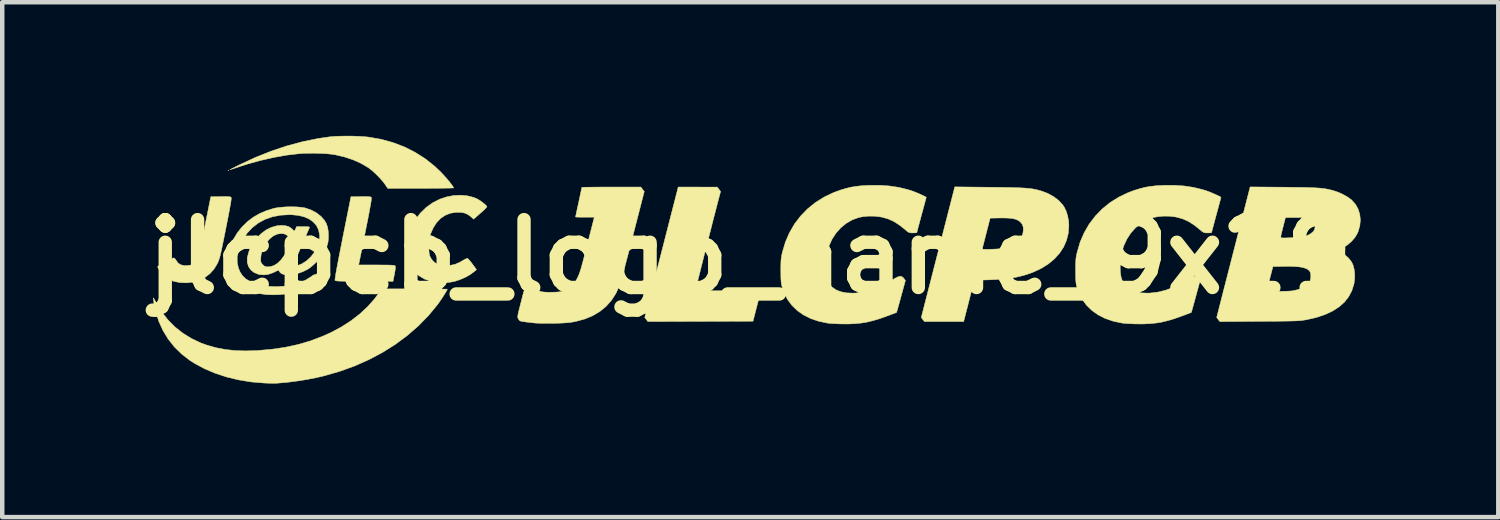
<source format=kicad_pcb>
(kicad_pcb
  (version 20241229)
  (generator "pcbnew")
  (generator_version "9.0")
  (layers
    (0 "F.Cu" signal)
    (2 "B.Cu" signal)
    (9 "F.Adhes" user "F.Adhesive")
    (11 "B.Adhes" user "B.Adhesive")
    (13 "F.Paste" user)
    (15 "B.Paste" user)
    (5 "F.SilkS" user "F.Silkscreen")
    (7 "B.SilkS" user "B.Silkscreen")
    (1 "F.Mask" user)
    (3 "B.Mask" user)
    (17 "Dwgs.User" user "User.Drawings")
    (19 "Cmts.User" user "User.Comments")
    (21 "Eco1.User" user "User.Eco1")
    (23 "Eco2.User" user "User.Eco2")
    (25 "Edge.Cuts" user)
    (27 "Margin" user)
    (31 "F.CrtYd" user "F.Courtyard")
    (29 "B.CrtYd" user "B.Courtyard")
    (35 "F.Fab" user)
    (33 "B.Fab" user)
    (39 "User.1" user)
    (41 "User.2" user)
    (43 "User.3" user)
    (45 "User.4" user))
  (footprint "jlcpcb_logo_name_9x29"
    (layer "F.Cu")
    (at 13.796 2.716)
    (property "Reference" "jlcpcb_logo_name_9x29" (at 0 0 0) (layer "F.SilkS") (effects (font (size 1.524 1.524) (thickness 0.3))))
    (attr through_hole)
    (fp_poly (pts (xy -11.712 -1.94) (xy -11.719 -1.933) (xy -11.726 -1.94) (xy -11.719 -1.947) (xy -11.712 -1.94)) (stroke (width 0.01) (type solid)) (fill yes) (layer "F.SilkS"))
    (fp_poly (pts (xy -1.179 -1.566) (xy -0.741 -1.565) (xy -0.703 -1.516) (xy -0.666 -1.466) (xy -0.699 -1.343) (xy -0.715 -1.283) (xy -0.736 -1.202) (xy -0.761 -1.105) (xy -0.79 -0.992) (xy -0.823 -0.867) (xy -0.857 -0.732) (xy -0.893 -0.59) (xy -0.931 -0.444) (xy -0.969 -0.296) (xy -1.006 -0.148) (xy -1.043 -0.003) (xy -1.078 0.136) (xy -1.111 0.267) (xy -1.141 0.387) (xy -1.168 0.494) (xy -1.191 0.584) (xy -1.208 0.657) (xy -1.221 0.708) (xy -1.227 0.735) (xy -1.228 0.739) (xy -1.226 0.744) (xy -1.218 0.749) (xy -1.203 0.752) (xy -1.177 0.755) (xy -1.14 0.758) (xy -1.087 0.759) (xy -1.018 0.76) (xy -0.929 0.761) (xy -0.819 0.762) (xy -0.685 0.762) (xy -0.539 0.762) (xy 0.15 0.762) (xy 0.183 0.806) (xy 0.215 0.85) (xy 0.062 1.446) (xy -2.299 1.454) (xy -2.334 1.408) (xy -2.369 1.362) (xy -1.993 -0.102) (xy -1.618 -1.566) (xy -1.179 -1.566)) (stroke (width 0.01) (type solid)) (fill yes) (layer "F.SilkS"))
    (fp_poly (pts (xy -8.597 -1.352) (xy -8.555 -1.35) (xy -8.528 -1.345) (xy -8.513 -1.338) (xy -8.51 -1.335) (xy -8.507 -1.325) (xy -8.507 -1.305) (xy -8.51 -1.272) (xy -8.517 -1.224) (xy -8.528 -1.16) (xy -8.543 -1.077) (xy -8.562 -0.974) (xy -8.586 -0.848) (xy -8.616 -0.698) (xy -8.636 -0.597) (xy -8.664 -0.458) (xy -8.69 -0.326) (xy -8.714 -0.205) (xy -8.736 -0.097) (xy -8.755 -0.005) (xy -8.77 0.068) (xy -8.78 0.12) (xy -8.786 0.148) (xy -8.787 0.152) (xy -8.794 0.183) (xy -8.392 0.183) (xy -8.271 0.184) (xy -8.176 0.184) (xy -8.103 0.186) (xy -8.049 0.188) (xy -8.012 0.191) (xy -7.989 0.196) (xy -7.976 0.201) (xy -7.974 0.203) (xy -7.968 0.219) (xy -7.967 0.247) (xy -7.972 0.293) (xy -7.984 0.36) (xy -7.989 0.387) (xy -8.021 0.55) (xy -8.666 0.55) (xy -8.82 0.55) (xy -8.947 0.55) (xy -9.051 0.549) (xy -9.134 0.548) (xy -9.198 0.547) (xy -9.246 0.545) (xy -9.28 0.542) (xy -9.303 0.539) (xy -9.316 0.535) (xy -9.323 0.53) (xy -9.324 0.528) (xy -9.324 0.509) (xy -9.318 0.462) (xy -9.307 0.389) (xy -9.289 0.288) (xy -9.265 0.16) (xy -9.236 0.006) (xy -9.2 -0.175) (xy -9.159 -0.382) (xy -9.152 -0.421) (xy -8.966 -1.348) (xy -8.747 -1.351) (xy -8.66 -1.353) (xy -8.597 -1.352)) (stroke (width 0.01) (type solid)) (fill yes) (layer "F.SilkS"))
    (fp_poly (pts (xy -8.929 -2.71) (xy -8.795 -2.705) (xy -8.672 -2.698) (xy -8.572 -2.688) (xy -8.29 -2.639) (xy -8.021 -2.565) (xy -7.764 -2.467) (xy -7.523 -2.345) (xy -7.296 -2.201) (xy -7.086 -2.033) (xy -6.942 -1.896) (xy -6.885 -1.835) (xy -6.828 -1.771) (xy -6.774 -1.708) (xy -6.728 -1.65) (xy -6.691 -1.601) (xy -6.668 -1.565) (xy -6.66 -1.547) (xy -6.674 -1.545) (xy -6.713 -1.544) (xy -6.776 -1.542) (xy -6.858 -1.541) (xy -6.959 -1.54) (xy -7.075 -1.539) (xy -7.203 -1.538) (xy -7.341 -1.538) (xy -7.401 -1.538) (xy -8.141 -1.538) (xy -8.2 -1.626) (xy -8.255 -1.698) (xy -8.325 -1.777) (xy -8.404 -1.857) (xy -8.485 -1.931) (xy -8.559 -1.99) (xy -8.578 -2.003) (xy -8.739 -2.098) (xy -8.921 -2.179) (xy -9.118 -2.244) (xy -9.324 -2.292) (xy -9.335 -2.294) (xy -9.426 -2.306) (xy -9.539 -2.316) (xy -9.665 -2.322) (xy -9.797 -2.326) (xy -9.928 -2.325) (xy -10.051 -2.321) (xy -10.132 -2.315) (xy -10.405 -2.283) (xy -10.692 -2.232) (xy -10.985 -2.166) (xy -11.276 -2.086) (xy -11.444 -2.033) (xy -11.519 -2.007) (xy -11.586 -1.985) (xy -11.639 -1.968) (xy -11.674 -1.957) (xy -11.684 -1.953) (xy -11.679 -1.957) (xy -11.652 -1.972) (xy -11.606 -1.996) (xy -11.546 -2.027) (xy -11.474 -2.063) (xy -11.465 -2.067) (xy -11.114 -2.23) (xy -10.758 -2.372) (xy -10.402 -2.491) (xy -10.048 -2.586) (xy -9.699 -2.657) (xy -9.426 -2.696) (xy -9.324 -2.704) (xy -9.202 -2.709) (xy -9.067 -2.711) (xy -8.929 -2.71)) (stroke (width 0.01) (type solid)) (fill yes) (layer "F.SilkS"))
    (fp_poly (pts (xy -11.744 -1.352) (xy -11.701 -1.35) (xy -11.674 -1.345) (xy -11.66 -1.338) (xy -11.657 -1.335) (xy -11.654 -1.325) (xy -11.654 -1.304) (xy -11.657 -1.27) (xy -11.664 -1.22) (xy -11.676 -1.154) (xy -11.691 -1.069) (xy -11.711 -0.962) (xy -11.736 -0.832) (xy -11.767 -0.677) (xy -11.774 -0.641) (xy -11.805 -0.485) (xy -11.832 -0.354) (xy -11.854 -0.245) (xy -11.873 -0.156) (xy -11.889 -0.084) (xy -11.903 -0.025) (xy -11.916 0.022) (xy -11.928 0.06) (xy -11.94 0.093) (xy -11.952 0.122) (xy -11.965 0.152) (xy -11.965 0.152) (xy -12.04 0.275) (xy -12.134 0.38) (xy -12.245 0.464) (xy -12.371 0.527) (xy -12.51 0.568) (xy -12.659 0.585) (xy -12.813 0.578) (xy -12.945 0.55) (xy -13.061 0.502) (xy -13.159 0.435) (xy -13.198 0.397) (xy -13.227 0.36) (xy -13.257 0.318) (xy -13.282 0.276) (xy -13.299 0.241) (xy -13.305 0.22) (xy -13.304 0.218) (xy -13.283 0.203) (xy -13.244 0.179) (xy -13.193 0.15) (xy -13.135 0.118) (xy -13.076 0.087) (xy -13.022 0.059) (xy -12.977 0.037) (xy -12.948 0.025) (xy -12.941 0.024) (xy -12.92 0.039) (xy -12.897 0.071) (xy -12.89 0.082) (xy -12.846 0.141) (xy -12.789 0.179) (xy -12.714 0.196) (xy -12.676 0.198) (xy -12.62 0.194) (xy -12.568 0.186) (xy -12.54 0.178) (xy -12.488 0.144) (xy -12.44 0.091) (xy -12.402 0.028) (xy -12.389 -0.004) (xy -12.383 -0.03) (xy -12.371 -0.081) (xy -12.356 -0.152) (xy -12.337 -0.243) (xy -12.315 -0.349) (xy -12.29 -0.467) (xy -12.264 -0.595) (xy -12.242 -0.706) (xy -12.113 -1.348) (xy -11.893 -1.351) (xy -11.807 -1.353) (xy -11.744 -1.352)) (stroke (width 0.01) (type solid)) (fill yes) (layer "F.SilkS"))
    (fp_poly (pts (xy 5.362 -1.562) (xy 5.551 -1.56) (xy 5.715 -1.558) (xy 5.855 -1.555) (xy 5.976 -1.552) (xy 6.078 -1.548) (xy 6.166 -1.543) (xy 6.241 -1.537) (xy 6.307 -1.529) (xy 6.365 -1.52) (xy 6.419 -1.509) (xy 6.471 -1.496) (xy 6.524 -1.481) (xy 6.526 -1.481) (xy 6.678 -1.424) (xy 6.812 -1.351) (xy 6.926 -1.264) (xy 7.018 -1.163) (xy 7.052 -1.112) (xy 7.095 -1.021) (xy 7.128 -0.912) (xy 7.149 -0.794) (xy 7.154 -0.697) (xy 7.141 -0.529) (xy 7.101 -0.37) (xy 7.036 -0.22) (xy 6.946 -0.082) (xy 6.832 0.045) (xy 6.695 0.159) (xy 6.536 0.259) (xy 6.355 0.344) (xy 6.279 0.373) (xy 6.145 0.416) (xy 6.005 0.451) (xy 5.855 0.478) (xy 5.69 0.498) (xy 5.505 0.511) (xy 5.34 0.518) (xy 5.029 0.526) (xy 4.911 0.99) (xy 4.792 1.453) (xy 3.91 1.453) (xy 3.875 1.408) (xy 3.84 1.362) (xy 4.216 -0.104) (xy 4.234 -0.173) (xy 5.208 -0.173) (xy 5.22 -0.169) (xy 5.255 -0.167) (xy 5.308 -0.167) (xy 5.372 -0.168) (xy 5.443 -0.171) (xy 5.516 -0.174) (xy 5.584 -0.179) (xy 5.643 -0.184) (xy 5.687 -0.19) (xy 5.696 -0.191) (xy 5.829 -0.228) (xy 5.938 -0.279) (xy 6.022 -0.344) (xy 6.083 -0.423) (xy 6.119 -0.516) (xy 6.13 -0.579) (xy 6.13 -0.662) (xy 6.108 -0.728) (xy 6.065 -0.782) (xy 6.054 -0.792) (xy 6.007 -0.822) (xy 5.951 -0.845) (xy 5.881 -0.86) (xy 5.794 -0.869) (xy 5.686 -0.872) (xy 5.609 -0.872) (xy 5.386 -0.868) (xy 5.297 -0.522) (xy 5.273 -0.428) (xy 5.251 -0.343) (xy 5.233 -0.272) (xy 5.219 -0.217) (xy 5.21 -0.183) (xy 5.208 -0.173) (xy 4.234 -0.173) (xy 4.592 -1.57) (xy 5.362 -1.562)) (stroke (width 0.01) (type solid)) (fill yes) (layer "F.SilkS"))
    (fp_poly (pts (xy -7.399 0.72) (xy -7.266 0.72) (xy -7.145 0.721) (xy -7.038 0.722) (xy -6.948 0.723) (xy -6.877 0.725) (xy -6.828 0.726) (xy -6.804 0.728) (xy -6.802 0.728) (xy -6.809 0.747) (xy -6.83 0.783) (xy -6.86 0.833) (xy -6.896 0.89) (xy -6.936 0.951) (xy -6.976 1.009) (xy -7.013 1.061) (xy -7.023 1.075) (xy -7.228 1.323) (xy -7.456 1.555) (xy -7.705 1.771) (xy -7.973 1.969) (xy -8.261 2.15) (xy -8.566 2.311) (xy -8.887 2.453) (xy -9.223 2.574) (xy -9.572 2.674) (xy -9.753 2.716) (xy -9.959 2.756) (xy -10.176 2.79) (xy -10.391 2.818) (xy -10.595 2.836) (xy -10.647 2.84) (xy -10.687 2.84) (xy -10.748 2.84) (xy -10.822 2.838) (xy -10.902 2.835) (xy -10.922 2.834) (xy -11.208 2.81) (xy -11.486 2.764) (xy -11.755 2.7) (xy -12.011 2.616) (xy -12.251 2.515) (xy -12.472 2.396) (xy -12.583 2.326) (xy -12.766 2.184) (xy -12.929 2.025) (xy -13.069 1.848) (xy -13.187 1.655) (xy -13.281 1.448) (xy -13.35 1.229) (xy -13.383 1.073) (xy -13.393 1.014) (xy -13.4 0.964) (xy -13.405 0.93) (xy -13.406 0.922) (xy -13.4 0.926) (xy -13.384 0.951) (xy -13.36 0.992) (xy -13.334 1.041) (xy -13.218 1.234) (xy -13.079 1.412) (xy -12.92 1.573) (xy -12.742 1.714) (xy -12.546 1.835) (xy -12.336 1.935) (xy -12.19 1.987) (xy -11.99 2.043) (xy -11.784 2.082) (xy -11.568 2.105) (xy -11.338 2.113) (xy -11.088 2.106) (xy -11.075 2.105) (xy -10.749 2.077) (xy -10.442 2.032) (xy -10.151 1.969) (xy -9.872 1.887) (xy -9.602 1.784) (xy -9.419 1.702) (xy -9.182 1.576) (xy -8.962 1.434) (xy -8.762 1.279) (xy -8.583 1.112) (xy -8.428 0.935) (xy -8.324 0.789) (xy -8.278 0.72) (xy -7.54 0.72) (xy -7.399 0.72)) (stroke (width 0.01) (type solid)) (fill yes) (layer "F.SilkS"))
    (fp_poly (pts (xy -6.35 -1.369) (xy -6.209 -1.333) (xy -6.145 -1.307) (xy -6.102 -1.283) (xy -6.052 -1.251) (xy -6.003 -1.214) (xy -5.959 -1.179) (xy -5.927 -1.148) (xy -5.913 -1.126) (xy -5.913 -1.124) (xy -5.923 -1.109) (xy -5.95 -1.079) (xy -5.992 -1.039) (xy -6.044 -0.993) (xy -6.062 -0.977) (xy -6.211 -0.846) (xy -6.275 -0.902) (xy -6.344 -0.952) (xy -6.419 -0.984) (xy -6.506 -0.999) (xy -6.602 -0.999) (xy -6.73 -0.979) (xy -6.846 -0.934) (xy -6.95 -0.865) (xy -7.04 -0.771) (xy -7.116 -0.655) (xy -7.177 -0.517) (xy -7.178 -0.515) (xy -7.195 -0.461) (xy -7.207 -0.415) (xy -7.213 -0.367) (xy -7.216 -0.309) (xy -7.217 -0.233) (xy -7.215 -0.143) (xy -7.209 -0.075) (xy -7.196 -0.022) (xy -7.176 0.023) (xy -7.146 0.067) (xy -7.132 0.084) (xy -7.081 0.132) (xy -7.019 0.166) (xy -6.942 0.186) (xy -6.851 0.195) (xy -6.735 0.192) (xy -6.629 0.169) (xy -6.526 0.125) (xy -6.454 0.083) (xy -6.409 0.057) (xy -6.372 0.04) (xy -6.349 0.035) (xy -6.347 0.035) (xy -6.331 0.05) (xy -6.302 0.082) (xy -6.266 0.126) (xy -6.237 0.165) (xy -6.147 0.287) (xy -6.207 0.339) (xy -6.295 0.403) (xy -6.401 0.462) (xy -6.517 0.512) (xy -6.632 0.55) (xy -6.738 0.571) (xy -6.74 0.571) (xy -6.816 0.579) (xy -6.871 0.584) (xy -6.914 0.586) (xy -6.952 0.585) (xy -6.994 0.581) (xy -7.02 0.579) (xy -7.177 0.549) (xy -7.318 0.498) (xy -7.441 0.424) (xy -7.521 0.355) (xy -7.604 0.255) (xy -7.664 0.142) (xy -7.701 0.014) (xy -7.718 -0.13) (xy -7.719 -0.178) (xy -7.705 -0.356) (xy -7.665 -0.528) (xy -7.601 -0.692) (xy -7.513 -0.845) (xy -7.405 -0.984) (xy -7.278 -1.107) (xy -7.134 -1.211) (xy -6.974 -1.293) (xy -6.968 -1.295) (xy -6.815 -1.346) (xy -6.658 -1.376) (xy -6.501 -1.383) (xy -6.35 -1.369)) (stroke (width 0.01) (type solid)) (fill yes) (layer "F.SilkS"))
    (fp_poly (pts (xy -2.419 -1.516) (xy -2.38 -1.466) (xy -2.638 -0.462) (xy -2.681 -0.295) (xy -2.722 -0.134) (xy -2.762 0.018) (xy -2.8 0.16) (xy -2.834 0.289) (xy -2.865 0.402) (xy -2.891 0.498) (xy -2.913 0.573) (xy -2.928 0.625) (xy -2.936 0.649) (xy -3.017 0.824) (xy -3.118 0.979) (xy -3.238 1.114) (xy -3.378 1.228) (xy -3.537 1.323) (xy -3.716 1.397) (xy -3.915 1.451) (xy -4.04 1.474) (xy -4.099 1.48) (xy -4.179 1.485) (xy -4.276 1.49) (xy -4.382 1.493) (xy -4.492 1.494) (xy -4.6 1.494) (xy -4.699 1.493) (xy -4.783 1.49) (xy -4.84 1.487) (xy -4.947 1.475) (xy -5.037 1.464) (xy -5.107 1.454) (xy -5.155 1.444) (xy -5.176 1.435) (xy -5.196 1.412) (xy -5.213 1.384) (xy -5.219 1.368) (xy -5.221 1.349) (xy -5.219 1.32) (xy -5.212 1.28) (xy -5.199 1.222) (xy -5.179 1.144) (xy -5.165 1.087) (xy -5.136 0.974) (xy -5.114 0.886) (xy -5.096 0.82) (xy -5.082 0.771) (xy -5.071 0.739) (xy -5.06 0.718) (xy -5.05 0.708) (xy -5.038 0.704) (xy -5.023 0.704) (xy -5.004 0.706) (xy -5 0.706) (xy -4.958 0.71) (xy -4.899 0.722) (xy -4.833 0.74) (xy -4.799 0.751) (xy -4.741 0.769) (xy -4.693 0.782) (xy -4.646 0.79) (xy -4.594 0.794) (xy -4.527 0.796) (xy -4.473 0.796) (xy -4.338 0.792) (xy -4.225 0.778) (xy -4.133 0.75) (xy -4.056 0.709) (xy -3.99 0.65) (xy -3.934 0.573) (xy -3.888 0.489) (xy -3.872 0.456) (xy -3.858 0.426) (xy -3.845 0.396) (xy -3.833 0.363) (xy -3.82 0.324) (xy -3.805 0.278) (xy -3.789 0.222) (xy -3.77 0.152) (xy -3.747 0.066) (xy -3.72 -0.038) (xy -3.688 -0.163) (xy -3.65 -0.311) (xy -3.633 -0.377) (xy -3.502 -0.889) (xy -3.713 -0.889) (xy -3.786 -0.889) (xy -3.848 -0.89) (xy -3.894 -0.892) (xy -3.92 -0.894) (xy -3.923 -0.895) (xy -3.92 -0.91) (xy -3.912 -0.949) (xy -3.9 -1.007) (xy -3.884 -1.081) (xy -3.865 -1.168) (xy -3.852 -1.226) (xy -3.832 -1.318) (xy -3.815 -1.401) (xy -3.8 -1.47) (xy -3.789 -1.522) (xy -3.783 -1.552) (xy -3.782 -1.559) (xy -3.768 -1.56) (xy -3.729 -1.562) (xy -3.667 -1.563) (xy -3.585 -1.564) (xy -3.486 -1.565) (xy -3.373 -1.566) (xy -3.248 -1.566) (xy -3.119 -1.566) (xy -2.457 -1.566) (xy -2.419 -1.516)) (stroke (width 0.01) (type solid)) (fill yes) (layer "F.SilkS"))
    (fp_poly (pts (xy 3.129 -1.59) (xy 3.329 -1.56) (xy 3.523 -1.513) (xy 3.611 -1.487) (xy 3.661 -1.469) (xy 3.72 -1.446) (xy 3.782 -1.42) (xy 3.842 -1.393) (xy 3.893 -1.369) (xy 3.931 -1.35) (xy 3.95 -1.338) (xy 3.951 -1.336) (xy 3.948 -1.321) (xy 3.938 -1.282) (xy 3.922 -1.224) (xy 3.902 -1.148) (xy 3.878 -1.059) (xy 3.851 -0.96) (xy 3.845 -0.939) (xy 3.818 -0.839) (xy 3.794 -0.747) (xy 3.772 -0.669) (xy 3.756 -0.606) (xy 3.745 -0.563) (xy 3.74 -0.543) (xy 3.739 -0.542) (xy 3.727 -0.539) (xy 3.693 -0.537) (xy 3.651 -0.536) (xy 3.607 -0.537) (xy 3.575 -0.542) (xy 3.547 -0.555) (xy 3.514 -0.579) (xy 3.474 -0.614) (xy 3.346 -0.715) (xy 3.223 -0.793) (xy 3.098 -0.85) (xy 2.966 -0.888) (xy 2.919 -0.897) (xy 2.792 -0.912) (xy 2.659 -0.913) (xy 2.529 -0.901) (xy 2.435 -0.882) (xy 2.288 -0.829) (xy 2.154 -0.751) (xy 2.032 -0.651) (xy 1.925 -0.531) (xy 1.835 -0.393) (xy 1.765 -0.238) (xy 1.726 -0.116) (xy 1.705 -0.008) (xy 1.692 0.109) (xy 1.687 0.228) (xy 1.692 0.341) (xy 1.705 0.44) (xy 1.719 0.495) (xy 1.766 0.595) (xy 1.833 0.677) (xy 1.921 0.74) (xy 2.03 0.784) (xy 2.159 0.81) (xy 2.308 0.816) (xy 2.372 0.813) (xy 2.548 0.791) (xy 2.724 0.745) (xy 2.902 0.676) (xy 3.085 0.582) (xy 3.181 0.524) (xy 3.257 0.479) (xy 3.316 0.45) (xy 3.361 0.438) (xy 3.396 0.441) (xy 3.426 0.46) (xy 3.448 0.485) (xy 3.484 0.532) (xy 3.386 0.889) (xy 3.36 0.984) (xy 3.336 1.071) (xy 3.316 1.144) (xy 3.3 1.201) (xy 3.289 1.237) (xy 3.285 1.25) (xy 3.271 1.256) (xy 3.235 1.269) (xy 3.182 1.289) (xy 3.117 1.314) (xy 3.083 1.326) (xy 2.918 1.385) (xy 2.77 1.43) (xy 2.632 1.464) (xy 2.497 1.487) (xy 2.359 1.501) (xy 2.211 1.508) (xy 2.11 1.508) (xy 2.016 1.507) (xy 1.922 1.503) (xy 1.835 1.498) (xy 1.763 1.492) (xy 1.729 1.488) (xy 1.532 1.446) (xy 1.353 1.385) (xy 1.193 1.304) (xy 1.053 1.205) (xy 0.933 1.088) (xy 0.835 0.955) (xy 0.758 0.804) (xy 0.717 0.681) (xy 0.705 0.637) (xy 0.697 0.593) (xy 0.692 0.545) (xy 0.688 0.486) (xy 0.687 0.411) (xy 0.686 0.313) (xy 0.686 0.31) (xy 0.686 0.213) (xy 0.688 0.136) (xy 0.691 0.074) (xy 0.697 0.021) (xy 0.706 -0.031) (xy 0.718 -0.089) (xy 0.722 -0.106) (xy 0.789 -0.331) (xy 0.88 -0.541) (xy 0.993 -0.736) (xy 1.129 -0.914) (xy 1.285 -1.075) (xy 1.461 -1.218) (xy 1.657 -1.34) (xy 1.87 -1.442) (xy 2.011 -1.494) (xy 2.135 -1.532) (xy 2.251 -1.561) (xy 2.368 -1.581) (xy 2.495 -1.595) (xy 2.639 -1.603) (xy 2.682 -1.605) (xy 2.915 -1.605) (xy 3.129 -1.59)) (stroke (width 0.01) (type solid)) (fill yes) (layer "F.SilkS"))
    (fp_poly (pts (xy 9.747 -1.59) (xy 9.947 -1.56) (xy 10.141 -1.513) (xy 10.229 -1.487) (xy 10.279 -1.469) (xy 10.338 -1.446) (xy 10.4 -1.42) (xy 10.46 -1.393) (xy 10.512 -1.369) (xy 10.549 -1.35) (xy 10.568 -1.338) (xy 10.569 -1.336) (xy 10.566 -1.321) (xy 10.556 -1.282) (xy 10.54 -1.224) (xy 10.52 -1.148) (xy 10.496 -1.059) (xy 10.469 -0.96) (xy 10.463 -0.939) (xy 10.436 -0.839) (xy 10.412 -0.747) (xy 10.391 -0.669) (xy 10.374 -0.606) (xy 10.363 -0.563) (xy 10.358 -0.543) (xy 10.358 -0.542) (xy 10.345 -0.539) (xy 10.311 -0.537) (xy 10.269 -0.536) (xy 10.225 -0.537) (xy 10.193 -0.542) (xy 10.165 -0.555) (xy 10.133 -0.579) (xy 10.092 -0.614) (xy 9.965 -0.715) (xy 9.841 -0.793) (xy 9.716 -0.85) (xy 9.584 -0.888) (xy 9.537 -0.897) (xy 9.41 -0.912) (xy 9.277 -0.913) (xy 9.147 -0.901) (xy 9.053 -0.882) (xy 8.907 -0.829) (xy 8.772 -0.751) (xy 8.65 -0.651) (xy 8.543 -0.531) (xy 8.454 -0.393) (xy 8.383 -0.238) (xy 8.345 -0.116) (xy 8.323 -0.008) (xy 8.31 0.109) (xy 8.306 0.228) (xy 8.31 0.341) (xy 8.323 0.44) (xy 8.337 0.495) (xy 8.384 0.595) (xy 8.451 0.677) (xy 8.539 0.74) (xy 8.648 0.784) (xy 8.777 0.81) (xy 8.926 0.816) (xy 8.99 0.813) (xy 9.166 0.791) (xy 9.342 0.745) (xy 9.52 0.676) (xy 9.703 0.582) (xy 9.799 0.524) (xy 9.875 0.479) (xy 9.934 0.45) (xy 9.979 0.438) (xy 10.014 0.441) (xy 10.044 0.46) (xy 10.066 0.485) (xy 10.102 0.532) (xy 10.004 0.889) (xy 9.978 0.984) (xy 9.954 1.071) (xy 9.934 1.144) (xy 9.918 1.201) (xy 9.907 1.237) (xy 9.903 1.25) (xy 9.889 1.256) (xy 9.853 1.269) (xy 9.801 1.289) (xy 9.735 1.314) (xy 9.702 1.326) (xy 9.536 1.385) (xy 9.388 1.43) (xy 9.25 1.464) (xy 9.115 1.487) (xy 8.978 1.501) (xy 8.829 1.508) (xy 8.728 1.508) (xy 8.634 1.507) (xy 8.54 1.503) (xy 8.453 1.498) (xy 8.381 1.492) (xy 8.347 1.488) (xy 8.15 1.446) (xy 7.971 1.385) (xy 7.811 1.304) (xy 7.671 1.205) (xy 7.551 1.088) (xy 7.453 0.955) (xy 7.377 0.804) (xy 7.335 0.681) (xy 7.323 0.637) (xy 7.315 0.593) (xy 7.31 0.545) (xy 7.306 0.486) (xy 7.305 0.411) (xy 7.304 0.313) (xy 7.304 0.31) (xy 7.305 0.213) (xy 7.306 0.136) (xy 7.31 0.074) (xy 7.315 0.021) (xy 7.324 -0.031) (xy 7.337 -0.089) (xy 7.341 -0.106) (xy 7.407 -0.331) (xy 7.498 -0.541) (xy 7.611 -0.736) (xy 7.747 -0.914) (xy 7.903 -1.075) (xy 8.079 -1.218) (xy 8.275 -1.34) (xy 8.488 -1.442) (xy 8.629 -1.494) (xy 8.753 -1.532) (xy 8.869 -1.561) (xy 8.986 -1.581) (xy 9.113 -1.595) (xy 9.257 -1.603) (xy 9.3 -1.605) (xy 9.533 -1.605) (xy 9.747 -1.59)) (stroke (width 0.01) (type solid)) (fill yes) (layer "F.SilkS"))
    (fp_poly (pts (xy 11.98 -1.563) (xy 12.161 -1.561) (xy 12.317 -1.559) (xy 12.451 -1.557) (xy 12.564 -1.554) (xy 12.661 -1.55) (xy 12.743 -1.545) (xy 12.814 -1.54) (xy 12.876 -1.532) (xy 12.932 -1.524) (xy 12.985 -1.513) (xy 13.037 -1.501) (xy 13.092 -1.486) (xy 13.109 -1.481) (xy 13.215 -1.444) (xy 13.322 -1.394) (xy 13.421 -1.337) (xy 13.502 -1.276) (xy 13.51 -1.268) (xy 13.591 -1.176) (xy 13.65 -1.069) (xy 13.686 -0.952) (xy 13.699 -0.827) (xy 13.687 -0.699) (xy 13.651 -0.572) (xy 13.631 -0.524) (xy 13.578 -0.436) (xy 13.504 -0.35) (xy 13.416 -0.272) (xy 13.321 -0.21) (xy 13.297 -0.198) (xy 13.25 -0.174) (xy 13.214 -0.154) (xy 13.196 -0.143) (xy 13.195 -0.141) (xy 13.206 -0.132) (xy 13.236 -0.113) (xy 13.275 -0.092) (xy 13.362 -0.036) (xy 13.439 0.035) (xy 13.5 0.114) (xy 13.533 0.179) (xy 13.559 0.278) (xy 13.572 0.39) (xy 13.57 0.508) (xy 13.555 0.612) (xy 13.508 0.761) (xy 13.437 0.896) (xy 13.342 1.017) (xy 13.222 1.123) (xy 13.078 1.216) (xy 12.91 1.295) (xy 12.717 1.36) (xy 12.499 1.411) (xy 12.488 1.413) (xy 12.454 1.419) (xy 12.42 1.424) (xy 12.385 1.429) (xy 12.346 1.433) (xy 12.301 1.436) (xy 12.246 1.439) (xy 12.181 1.441) (xy 12.101 1.443) (xy 12.005 1.444) (xy 11.89 1.446) (xy 11.755 1.447) (xy 11.595 1.448) (xy 11.435 1.449) (xy 10.544 1.455) (xy 10.508 1.409) (xy 10.473 1.362) (xy 10.627 0.758) (xy 11.6 0.758) (xy 11.613 0.765) (xy 11.649 0.77) (xy 11.704 0.773) (xy 11.773 0.776) (xy 11.85 0.776) (xy 11.93 0.776) (xy 12.01 0.774) (xy 12.084 0.771) (xy 12.147 0.767) (xy 12.189 0.762) (xy 12.303 0.735) (xy 12.404 0.698) (xy 12.486 0.65) (xy 12.545 0.595) (xy 12.55 0.589) (xy 12.57 0.545) (xy 12.583 0.487) (xy 12.587 0.425) (xy 12.581 0.368) (xy 12.567 0.332) (xy 12.534 0.295) (xy 12.485 0.265) (xy 12.419 0.243) (xy 12.334 0.227) (xy 12.227 0.218) (xy 12.096 0.214) (xy 11.989 0.215) (xy 11.736 0.219) (xy 11.668 0.48) (xy 11.647 0.562) (xy 11.629 0.636) (xy 11.614 0.696) (xy 11.604 0.738) (xy 11.6 0.758) (xy 11.6 0.758) (xy 10.627 0.758) (xy 10.848 -0.104) (xy 10.936 -0.446) (xy 11.911 -0.446) (xy 11.912 -0.436) (xy 11.918 -0.429) (xy 11.934 -0.425) (xy 11.964 -0.423) (xy 12.011 -0.423) (xy 12.08 -0.426) (xy 12.139 -0.428) (xy 12.223 -0.432) (xy 12.303 -0.438) (xy 12.371 -0.445) (xy 12.422 -0.452) (xy 12.439 -0.456) (xy 12.521 -0.484) (xy 12.584 -0.519) (xy 12.636 -0.563) (xy 12.661 -0.595) (xy 12.675 -0.63) (xy 12.682 -0.68) (xy 12.683 -0.692) (xy 12.684 -0.752) (xy 12.671 -0.794) (xy 12.641 -0.825) (xy 12.589 -0.851) (xy 12.575 -0.857) (xy 12.545 -0.866) (xy 12.51 -0.873) (xy 12.465 -0.878) (xy 12.404 -0.881) (xy 12.323 -0.882) (xy 12.264 -0.882) (xy 12.018 -0.882) (xy 11.965 -0.677) (xy 11.946 -0.603) (xy 11.93 -0.538) (xy 11.918 -0.486) (xy 11.911 -0.453) (xy 11.911 -0.446) (xy 10.936 -0.446) (xy 11.224 -1.569) (xy 11.98 -1.563)) (stroke (width 0.01) (type solid)) (fill yes) (layer "F.SilkS"))
    (fp_poly (pts (xy -10.181 -1.12) (xy -10.086 -1.112) (xy -10.008 -1.1) (xy -9.991 -1.096) (xy -9.854 -1.048) (xy -9.739 -0.986) (xy -9.64 -0.908) (xy -9.63 -0.897) (xy -9.566 -0.826) (xy -9.522 -0.753) (xy -9.493 -0.673) (xy -9.476 -0.577) (xy -9.472 -0.505) (xy -9.472 -0.405) (xy -9.483 -0.316) (xy -9.508 -0.231) (xy -9.548 -0.138) (xy -9.565 -0.106) (xy -9.608 -0.037) (xy -9.669 0.04) (xy -9.741 0.118) (xy -9.818 0.19) (xy -9.892 0.25) (xy -9.937 0.28) (xy -10.03 0.327) (xy -10.127 0.364) (xy -10.225 0.39) (xy -10.317 0.404) (xy -10.402 0.407) (xy -10.475 0.397) (xy -10.531 0.375) (xy -10.567 0.34) (xy -10.572 0.332) (xy -10.586 0.307) (xy -10.596 0.3) (xy -10.715 0.358) (xy -10.821 0.394) (xy -10.92 0.407) (xy -11.014 0.399) (xy -11.054 0.389) (xy -11.146 0.35) (xy -11.217 0.291) (xy -11.267 0.217) (xy -11.293 0.13) (xy -11.294 0.046) (xy -10.993 0.046) (xy -10.991 0.095) (xy -10.983 0.128) (xy -10.966 0.155) (xy -10.945 0.178) (xy -10.91 0.208) (xy -10.877 0.222) (xy -10.831 0.226) (xy -10.828 0.226) (xy -10.757 0.216) (xy -10.689 0.193) (xy -10.613 0.144) (xy -10.54 0.073) (xy -10.474 -0.013) (xy -10.42 -0.109) (xy -10.381 -0.209) (xy -10.361 -0.306) (xy -10.361 -0.313) (xy -10.362 -0.395) (xy -10.379 -0.454) (xy -10.414 -0.494) (xy -10.47 -0.516) (xy -10.541 -0.522) (xy -10.623 -0.509) (xy -10.705 -0.471) (xy -10.781 -0.412) (xy -10.851 -0.337) (xy -10.909 -0.249) (xy -10.955 -0.152) (xy -10.983 -0.05) (xy -10.993 0.046) (xy -11.294 0.046) (xy -11.294 0.031) (xy -11.29 0.002) (xy -11.249 -0.145) (xy -11.181 -0.285) (xy -11.088 -0.414) (xy -10.992 -0.512) (xy -10.877 -0.6) (xy -10.755 -0.661) (xy -10.627 -0.697) (xy -10.527 -0.705) (xy -10.432 -0.698) (xy -10.356 -0.674) (xy -10.296 -0.632) (xy -10.29 -0.626) (xy -10.261 -0.598) (xy -10.24 -0.581) (xy -10.235 -0.579) (xy -10.227 -0.59) (xy -10.212 -0.619) (xy -10.208 -0.628) (xy -10.188 -0.677) (xy -10.038 -0.677) (xy -9.969 -0.677) (xy -9.924 -0.674) (xy -9.901 -0.669) (xy -9.896 -0.661) (xy -9.896 -0.66) (xy -9.903 -0.643) (xy -9.92 -0.603) (xy -9.946 -0.545) (xy -9.978 -0.47) (xy -10.016 -0.383) (xy -10.058 -0.287) (xy -10.075 -0.249) (xy -10.117 -0.15) (xy -10.156 -0.058) (xy -10.189 0.022) (xy -10.215 0.088) (xy -10.233 0.136) (xy -10.241 0.164) (xy -10.242 0.168) (xy -10.225 0.189) (xy -10.19 0.195) (xy -10.139 0.186) (xy -10.079 0.163) (xy -10.059 0.153) (xy -9.956 0.085) (xy -9.865 -0.001) (xy -9.788 -0.1) (xy -9.727 -0.208) (xy -9.687 -0.32) (xy -9.669 -0.431) (xy -9.67 -0.494) (xy -9.693 -0.604) (xy -9.739 -0.699) (xy -9.809 -0.78) (xy -9.9 -0.846) (xy -10.012 -0.896) (xy -10.144 -0.929) (xy -10.295 -0.944) (xy -10.352 -0.945) (xy -10.547 -0.934) (xy -10.728 -0.899) (xy -10.894 -0.841) (xy -11.044 -0.76) (xy -11.178 -0.657) (xy -11.295 -0.533) (xy -11.368 -0.428) (xy -11.443 -0.288) (xy -11.494 -0.148) (xy -11.52 -0.011) (xy -11.52 0.121) (xy -11.495 0.246) (xy -11.455 0.342) (xy -11.398 0.428) (xy -11.325 0.498) (xy -11.23 0.556) (xy -11.199 0.571) (xy -11.127 0.602) (xy -11.06 0.624) (xy -10.99 0.641) (xy -10.907 0.654) (xy -10.812 0.664) (xy -10.635 0.671) (xy -10.459 0.66) (xy -10.29 0.632) (xy -10.133 0.587) (xy -9.991 0.527) (xy -9.869 0.452) (xy -9.86 0.445) (xy -9.826 0.42) (xy -9.798 0.405) (xy -9.766 0.398) (xy -9.721 0.395) (xy -9.68 0.395) (xy -9.565 0.395) (xy -9.603 0.441) (xy -9.683 0.522) (xy -9.785 0.601) (xy -9.901 0.673) (xy -10.025 0.734) (xy -10.132 0.774) (xy -10.264 0.808) (xy -10.413 0.834) (xy -10.571 0.849) (xy -10.727 0.854) (xy -10.873 0.848) (xy -10.873 0.848) (xy -11.06 0.821) (xy -11.224 0.778) (xy -11.366 0.719) (xy -11.484 0.644) (xy -11.579 0.553) (xy -11.651 0.446) (xy -11.7 0.324) (xy -11.725 0.186) (xy -11.729 0.092) (xy -11.714 -0.07) (xy -11.673 -0.231) (xy -11.607 -0.388) (xy -11.518 -0.537) (xy -11.409 -0.674) (xy -11.28 -0.798) (xy -11.157 -0.89) (xy -11.02 -0.969) (xy -10.872 -1.033) (xy -10.706 -1.085) (xy -10.685 -1.09) (xy -10.605 -1.105) (xy -10.508 -1.115) (xy -10.4 -1.122) (xy -10.289 -1.123) (xy -10.181 -1.12)) (stroke (width 0.01) (type solid)) (fill yes) (layer "F.SilkS")))
  (gr_rect
    (start -3 -3)
    (end 30.592 8.561)
    (stroke (width 0.1) (type default))
    (fill no)
    (layer "Edge.Cuts")))
</source>
